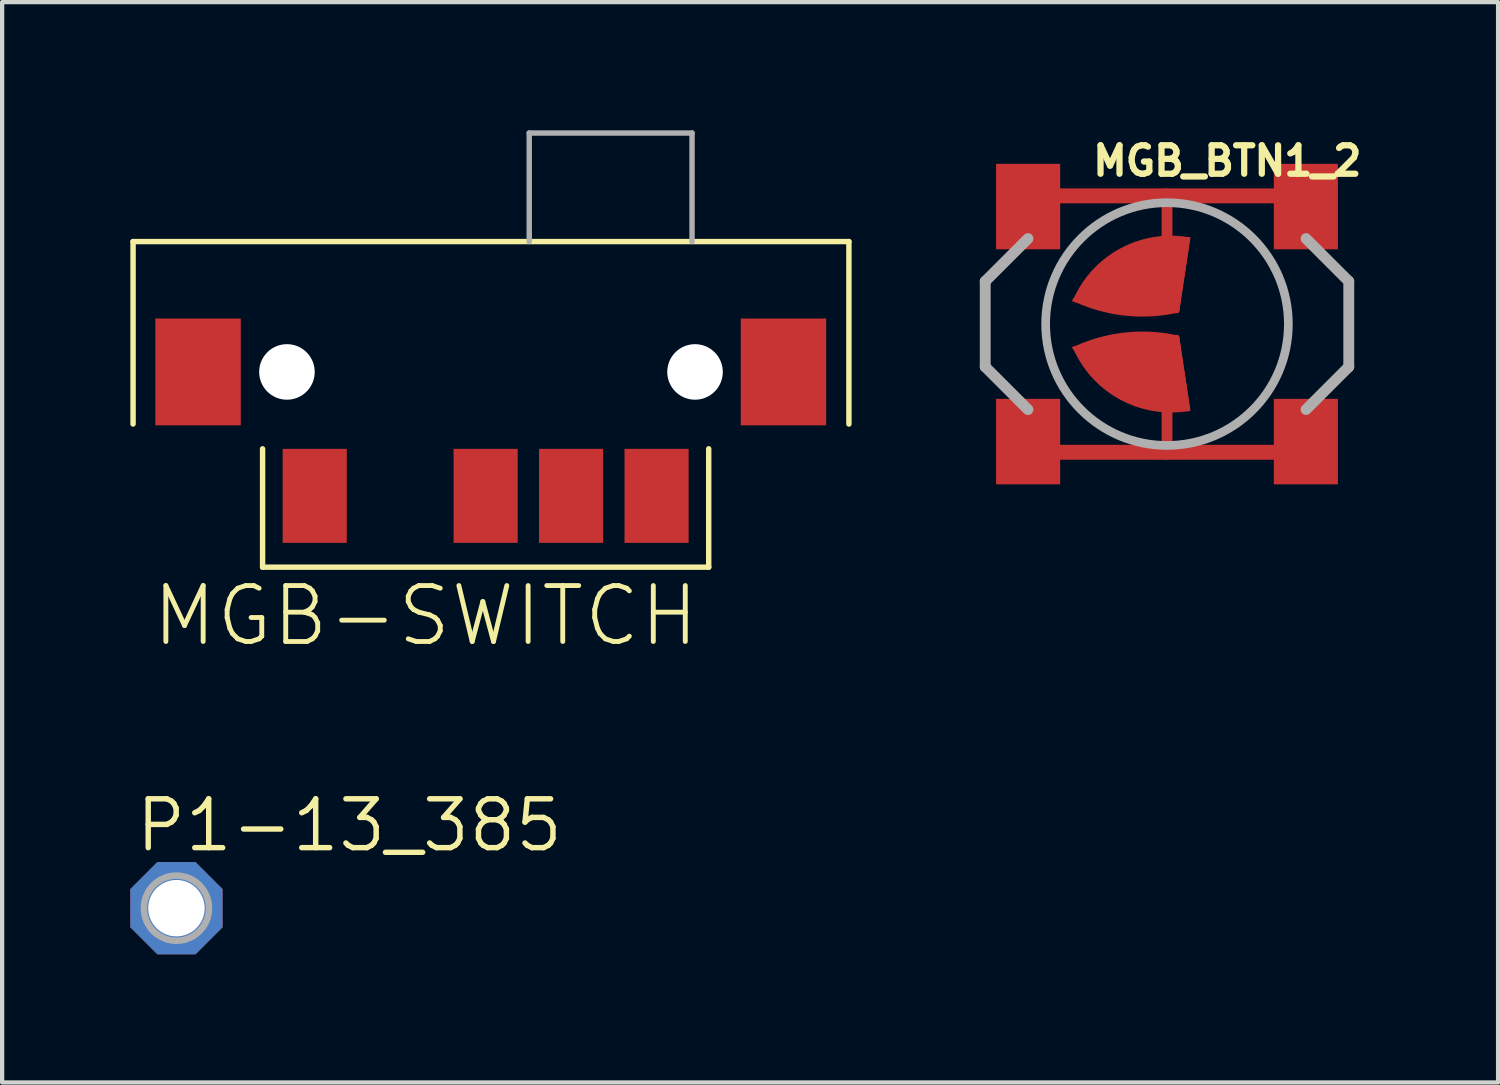
<source format=kicad_pcb>
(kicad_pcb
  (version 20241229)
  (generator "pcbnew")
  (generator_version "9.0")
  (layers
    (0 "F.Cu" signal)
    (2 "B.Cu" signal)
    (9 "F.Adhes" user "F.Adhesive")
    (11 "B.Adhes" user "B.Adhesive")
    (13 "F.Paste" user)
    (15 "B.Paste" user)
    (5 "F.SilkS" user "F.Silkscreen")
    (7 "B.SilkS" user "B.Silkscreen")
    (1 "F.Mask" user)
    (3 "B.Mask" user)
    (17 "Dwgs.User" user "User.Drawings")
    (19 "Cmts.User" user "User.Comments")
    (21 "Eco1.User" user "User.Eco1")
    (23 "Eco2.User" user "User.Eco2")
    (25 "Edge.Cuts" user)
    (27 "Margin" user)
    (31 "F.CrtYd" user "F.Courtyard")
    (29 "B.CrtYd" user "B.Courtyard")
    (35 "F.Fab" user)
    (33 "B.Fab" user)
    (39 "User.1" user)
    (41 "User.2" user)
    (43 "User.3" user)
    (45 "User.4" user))
  (footprint "P1-13_385"
    (layer "F.Cu")
    (at 1.079 18.203)
    (property "Reference" "P1-13_385" (at -1.016 -1.27 0) (unlocked yes) (layer "F.SilkS") (effects (font (size 1.143 1.143) (thickness 0.127)) (justify left bottom)))
    (fp_circle (center 0 0) (end 0.762 0) (stroke (width 0.152) (type solid)) (fill no) (layer "F.Fab"))
    (fp_poly (pts (xy -0.33 0.33) (xy 0.33 0.33) (xy 0.33 -0.33) (xy -0.33 -0.33)) (stroke (width 0.1) (type default)) (fill no) (layer "F.Fab"))
    (pad "TP" thru_hole roundrect (at 0 0) (size 2.159 2.159) (drill 1.321) (layers "*.Cu" "*.Mask") (roundrect_rratio 0.25) (chamfer_ratio 0.293) (chamfer top_left top_right bottom_left bottom_right)))
  (footprint "MGB-SWITCH"
    (layer "F.Cu")
    (at 8.065 6.413)
    (property "Reference" "MGB-SWITCH" (at -7.62 5.715 0) (unlocked yes) (layer "F.SilkS") (effects (font (size 1.309 1.309) (thickness 0.114)) (justify left bottom)))
    (fp_line (start -8.001 -3.81) (end -8.001 0.46) (stroke (width 0.127) (type solid)) (layer "F.SilkS"))
    (fp_line (start -4.97 1.04) (end -4.97 3.81) (stroke (width 0.127) (type solid)) (layer "F.SilkS"))
    (fp_line (start -4.97 3.81) (end 5.47 3.81) (stroke (width 0.127) (type solid)) (layer "F.SilkS"))
    (fp_line (start 5.47 3.81) (end 5.47 1.04) (stroke (width 0.127) (type solid)) (layer "F.SilkS"))
    (fp_line (start 8.751 -3.81) (end -8.001 -3.81) (stroke (width 0.127) (type solid)) (layer "F.SilkS"))
    (fp_line (start 8.751 0.46) (end 8.751 -3.81) (stroke (width 0.127) (type solid)) (layer "F.SilkS"))
    (fp_line (start 1.27 -6.35) (end 1.27 -3.81) (stroke (width 0.127) (type solid)) (layer "F.Fab"))
    (fp_line (start 5.08 -6.35) (end 1.27 -6.35) (stroke (width 0.127) (type solid)) (layer "F.Fab"))
    (fp_line (start 5.08 -3.81) (end 5.08 -6.35) (stroke (width 0.127) (type solid)) (layer "F.Fab"))
    (pad "" np_thru_hole circle (at -4.4 -0.759) (size 1.3 1.3) (drill 1.3) (layers "*.Cu" "*.Mask"))
    (pad "" np_thru_hole circle (at 5.15 -0.759) (size 1.3 1.3) (drill 1.3) (layers "*.Cu" "*.Mask"))
    (pad "P$1" smd rect (at -3.75 2.141) (size 1.5 2.2) (layers "F.Cu" "F.Mask" "F.Paste"))
    (pad "P$2" smd rect (at 2.25 2.141) (size 1.5 2.2) (layers "F.Cu" "F.Mask" "F.Paste"))
    (pad "P$3" smd rect (at 4.25 2.141) (size 1.5 2.2) (layers "F.Cu" "F.Mask" "F.Paste"))
    (pad "P$C" smd rect (at 0.25 2.141) (size 1.5 2.2) (layers "F.Cu" "F.Mask" "F.Paste"))
    (pad "P$MP1" smd rect (at -6.48 -0.759) (size 2 2.5) (layers "F.Cu" "F.Mask" "F.Paste"))
    (pad "P$MP2" smd rect (at 7.22 -0.759) (size 2 2.5) (layers "F.Cu" "F.Mask" "F.Paste")))
  (footprint "MGB_BTN1_2"
    (layer "F.Cu")
    (at 24.26 4.534)
    (property "Reference" "MGB_BTN1_2" (at -1.81 -3.429 0) (unlocked yes) (layer "F.SilkS") (effects (font (size 0.666 0.666) (thickness 0.146)) (justify left bottom)))
    (fp_line (start -3 -3) (end 0 -3) (stroke (width 0.35) (type solid)) (layer "F.Cu"))
    (fp_line (start -3 3) (end 0 3) (stroke (width 0.35) (type solid)) (layer "F.Cu"))
    (fp_line (start -2.125 -0.575) (end 0.475 -1.975) (stroke (width 0.127) (type solid)) (layer "F.Cu"))
    (fp_line (start -2.125 0.575) (end 0.475 1.975) (stroke (width 0.127) (type solid)) (layer "F.Cu"))
    (fp_line (start 0 -3) (end 0 -1.975) (stroke (width 0.254) (type solid)) (layer "F.Cu"))
    (fp_line (start 0 -3) (end 3 -3) (stroke (width 0.35) (type solid)) (layer "F.Cu"))
    (fp_line (start 0 1.975) (end 0 3) (stroke (width 0.254) (type solid)) (layer "F.Cu"))
    (fp_line (start 0 3) (end 3 3) (stroke (width 0.35) (type solid)) (layer "F.Cu"))
    (fp_line (start 0.225 -0.325) (end -2.125 -0.575) (stroke (width 0.127) (type solid)) (layer "F.Cu"))
    (fp_line (start 0.225 0.325) (end -2.125 0.575) (stroke (width 0.127) (type solid)) (layer "F.Cu"))
    (fp_line (start 0.475 -1.975) (end 0.225 -0.325) (stroke (width 0.127) (type solid)) (layer "F.Cu"))
    (fp_line (start 0.475 1.975) (end 0.225 0.325) (stroke (width 0.127) (type solid)) (layer "F.Cu"))
    (fp_arc (start -2.125 -0.575) (mid -1.061796 -1.714763) (end 0.474999 -1.975) (stroke (width 0.127) (type solid)) (layer "F.Cu"))
    (fp_arc (start -2.125 0.575) (mid -0.970285 0.259324) (end 0.224999 0.325) (stroke (width 0.127) (type solid)) (layer "F.Cu"))
    (fp_arc (start 0.224999 -0.325) (mid -0.970285 -0.259324) (end -2.125 -0.575) (stroke (width 0.127) (type solid)) (layer "F.Cu"))
    (fp_arc (start 0.474999 1.975) (mid -1.061796 1.714763) (end -2.125 0.575) (stroke (width 0.127) (type solid)) (layer "F.Cu"))
    (fp_poly (pts (xy -4 3.75) (xy -2.5 3.75) (xy -2.5 1.75) (xy -4 1.75)) (stroke (width 0) (type default)) (fill yes) (layer "F.Cu"))
    (fp_poly (pts (xy 0.28 -0.262) (xy -1.133 -0.262) (xy -2.234 -0.537) (xy -1.669 -1.272) (xy -0.903 -1.783) (xy -0.135 -2.038) (xy 0.549 -2.038)) (stroke (width 0) (type default)) (fill yes) (layer "F.Cu"))
    (fp_poly (pts (xy 0.549 2.038) (xy -0.135 2.038) (xy -0.903 1.783) (xy -1.669 1.272) (xy -2.234 0.537) (xy -1.133 0.262) (xy 0.28 0.262)) (stroke (width 0) (type default)) (fill yes) (layer "F.Cu"))
    (fp_line (start -2.125 -0.575) (end 0.475 -1.975) (stroke (width 0.127) (type solid)) (layer "F.Mask"))
    (fp_line (start -2.125 0.575) (end 0.475 1.975) (stroke (width 0.127) (type solid)) (layer "F.Mask"))
    (fp_line (start 0.225 -0.325) (end -2.125 -0.575) (stroke (width 0.127) (type solid)) (layer "F.Mask"))
    (fp_line (start 0.225 0.325) (end -2.125 0.575) (stroke (width 0.127) (type solid)) (layer "F.Mask"))
    (fp_line (start 0.475 -1.975) (end 0.225 -0.325) (stroke (width 0.127) (type solid)) (layer "F.Mask"))
    (fp_line (start 0.475 1.975) (end 0.225 0.325) (stroke (width 0.127) (type solid)) (layer "F.Mask"))
    (fp_line (start 0.506 -1.994) (end 0.24 -0.305) (stroke (width 0.127) (type solid)) (layer "F.Mask"))
    (fp_line (start 0.506 1.994) (end 0.24 0.305) (stroke (width 0.127) (type solid)) (layer "F.Mask"))
    (fp_arc (start -2.1504 -0.575) (mid -1.066092 -1.736055) (end 0.500399 -2.000399) (stroke (width 0.127) (type solid)) (layer "F.Mask"))
    (fp_arc (start -2.1504 0.5623) (mid -0.977666 0.237182) (end 0.237699 0.2996) (stroke (width 0.127) (type solid)) (layer "F.Mask"))
    (fp_arc (start -2.125 -0.575) (mid -1.061796 -1.714763) (end 0.474999 -1.975) (stroke (width 0.127) (type solid)) (layer "F.Mask"))
    (fp_arc (start -2.125 0.575) (mid -0.970285 0.259324) (end 0.224999 0.325) (stroke (width 0.127) (type solid)) (layer "F.Mask"))
    (fp_arc (start 0.224999 -0.325) (mid -0.970285 -0.259324) (end -2.125 -0.575) (stroke (width 0.127) (type solid)) (layer "F.Mask"))
    (fp_arc (start 0.237699 -0.2996) (mid -0.977666 -0.237183) (end -2.1504 -0.5623) (stroke (width 0.127) (type solid)) (layer "F.Mask"))
    (fp_arc (start 0.474999 1.975) (mid -1.061796 1.714763) (end -2.125 0.575) (stroke (width 0.127) (type solid)) (layer "F.Mask"))
    (fp_arc (start 0.500399 2.000399) (mid -1.066092 1.736055) (end -2.1504 0.575) (stroke (width 0.127) (type solid)) (layer "F.Mask"))
    (fp_poly (pts (xy -4.125 3.875) (xy -2.375 3.875) (xy -2.375 1.625) (xy -4.125 1.625)) (stroke (width 0) (type default)) (fill yes) (layer "F.Mask"))
    (fp_poly (pts (xy 0.28 -0.262) (xy -1.133 -0.262) (xy -2.234 -0.537) (xy -1.669 -1.272) (xy -0.903 -1.783) (xy -0.135 -2.038) (xy 0.549 -2.038)) (stroke (width 0) (type default)) (fill yes) (layer "F.Mask"))
    (fp_poly (pts (xy 0.549 2.038) (xy -0.135 2.038) (xy -0.903 1.783) (xy -1.669 1.272) (xy -2.234 0.537) (xy -1.133 0.262) (xy 0.28 0.262)) (stroke (width 0) (type default)) (fill yes) (layer "F.Mask"))
    (fp_line (start -4.254 -1) (end -4.254 1) (stroke (width 0.254) (type solid)) (layer "F.Fab"))
    (fp_line (start -4.254 1) (end -3.254 2) (stroke (width 0.254) (type solid)) (layer "F.Fab"))
    (fp_line (start -3.254 -2) (end -4.254 -1) (stroke (width 0.254) (type solid)) (layer "F.Fab"))
    (fp_line (start 3.254 -2) (end 4.254 -1) (stroke (width 0.254) (type solid)) (layer "F.Fab"))
    (fp_line (start 4.254 -1) (end 4.254 1) (stroke (width 0.254) (type solid)) (layer "F.Fab"))
    (fp_line (start 4.254 1) (end 3.254 2) (stroke (width 0.254) (type solid)) (layer "F.Fab"))
    (fp_circle (center 0 0) (end 2.84 0) (stroke (width 0.203) (type solid)) (fill no) (layer "F.Fab"))
    (pad "P$1" smd rect (at -3.25 -2.75) (size 1.5 2) (layers "F.Cu" "F.Mask" "F.Paste"))
    (pad "P$2" smd rect (at 0 3) (size 0.25 0.25) (layers "F.Cu" "F.Paste"))
    (pad "P$3" smd rect (at 3.25 -2.75) (size 1.5 2) (layers "F.Cu" "F.Mask" "F.Paste"))
    (pad "P$4" smd rect (at 3.25 2.75) (size 1.5 2) (layers "F.Cu" "F.Mask" "F.Paste"))
    (zone (net_name "") (layer "F.Cu") (hatch edge 0.5) (connect_pads) (min_thickness 0.25) (filled_areas_thickness no) (keepout (tracks not_allowed) (vias not_allowed) (pads not_allowed) (copperpour not_allowed) (footprints allowed)) (placement (enabled no)) (fill) (polygon (pts (xy 20.26 3.034) (xy 20.26 4.534) (xy 22.26 4.534) (xy 22.26 3.034))))
    (zone (net_name "") (layer "F.Cu") (hatch edge 0.5) (connect_pads) (min_thickness 0.25) (filled_areas_thickness no) (keepout (tracks not_allowed) (vias not_allowed) (pads not_allowed) (copperpour not_allowed) (footprints allowed)) (placement (enabled no)) (fill) (polygon (pts (xy 20.26 4.534) (xy 20.26 6.034) (xy 22.26 6.034) (xy 22.26 4.534))))
    (zone (net_name "") (layer "F.Cu") (hatch edge 0.5) (connect_pads) (min_thickness 0.25) (filled_areas_thickness no) (keepout (tracks not_allowed) (vias not_allowed) (pads not_allowed) (copperpour not_allowed) (footprints allowed)) (placement (enabled no)) (fill) (polygon (pts (xy 20.76 1.434) (xy 27.76 1.434) (xy 27.76 7.634) (xy 20.76 7.634))))
    (zone (net_name "") (layer "F.Cu") (hatch edge 0.5) (connect_pads) (min_thickness 0.25) (filled_areas_thickness no) (keepout (tracks not_allowed) (vias not_allowed) (pads not_allowed) (copperpour not_allowed) (footprints allowed)) (placement (enabled no)) (fill) (polygon (pts (xy 26.26 3.034) (xy 26.26 4.534) (xy 28.26 4.534) (xy 28.26 3.034))))
    (zone (net_name "") (layer "F.Cu") (hatch edge 0.5) (connect_pads) (min_thickness 0.25) (filled_areas_thickness no) (keepout (tracks not_allowed) (vias not_allowed) (pads not_allowed) (copperpour not_allowed) (footprints allowed)) (placement (enabled no)) (fill) (polygon (pts (xy 26.26 4.534) (xy 26.26 6.034) (xy 28.26 6.034) (xy 28.26 4.534)))))
  (gr_rect
    (start -3 -3)
    (end 32.008 22.282)
    (stroke (width 0.1) (type default))
    (fill no)
    (layer "Edge.Cuts")))
</source>
